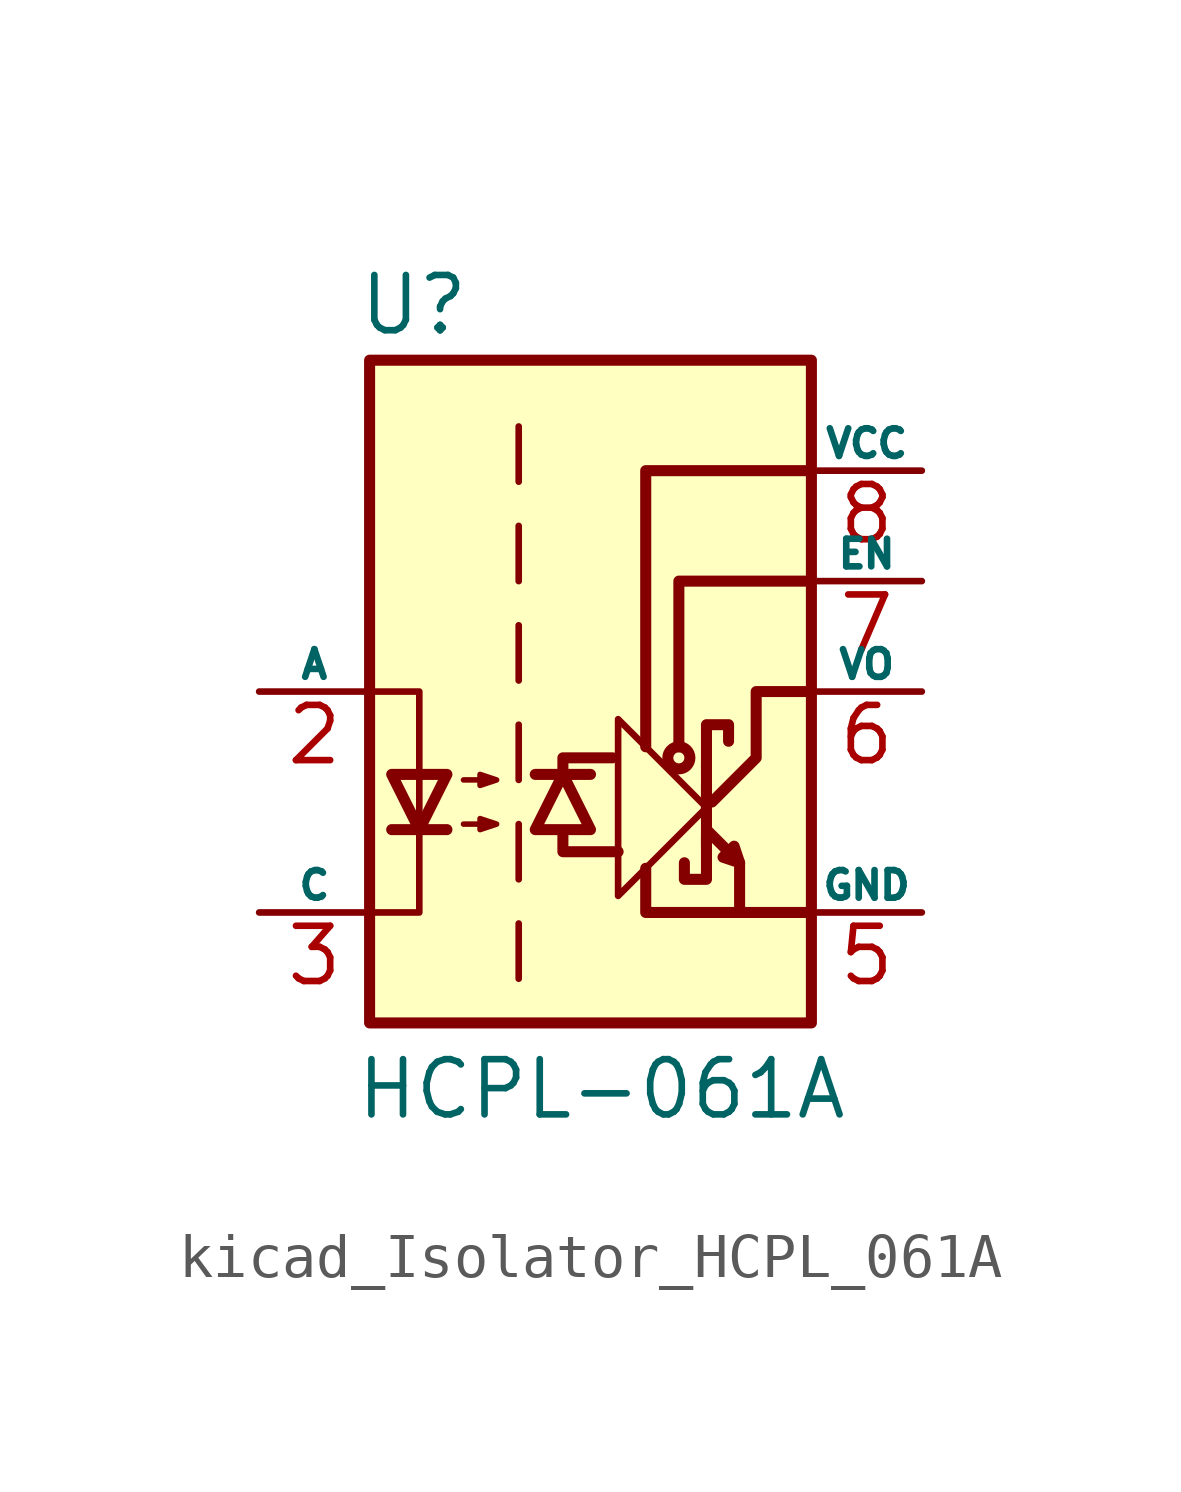
<source format=kicad_sym>
(kicad_symbol_lib
  (version 20220914)
  (generator kicad_symbol_editor)
  (symbol "kicad_Isolator_HCPL_061A"
    (pin_names
      (offset 0))
    (property "Reference" "U"
      (at -4.064 8.89 0)
      (effects (font (size 1.27 1.27))))
    (property "Value" "HCPL-061A"
      (at 0.254 -9.144 0)
      (effects (font (size 1.27 1.27))))
    (symbol "kicad_Isolator_HCPL_061A_0_1"
      (polyline (pts (xy 2.667 -3.556) (xy 2.667 -1.651)) (stroke (width 0.254) (type default)) (fill (type none)))
      (polyline (pts (xy 2.667 -2.159) (xy 2.667 -2.921)) (stroke (width 0.254) (type default)) (fill (type none)))
      (polyline (pts (xy 3.429 -3.937) (xy 3.429 -5.08)) (stroke (width 0.254) (type default)) (fill (type none)))
      (polyline (pts (xy -0.635 -3.302) (xy -0.635 -3.683) (xy 0.635 -3.683)) (stroke (width 0.254) (type default)) (fill (type none)))
      (polyline (pts (xy -0.635 -1.905) (xy -0.635 -1.524) (xy 0.508 -1.524)) (stroke (width 0.254) (type default)) (fill (type none)))
      (polyline (pts (xy 1.27 -4.064) (xy 1.27 -5.08) (xy 5.08 -5.08)) (stroke (width 0.254) (type default)) (fill (type none)))
      (polyline (pts (xy 1.27 -1.27) (xy 1.27 5.08) (xy 5.08 5.08)) (stroke (width 0.254) (type default)) (fill (type none)))
      (polyline (pts (xy 2.032 -1.27) (xy 2.032 2.54) (xy 5.08 2.54)) (stroke (width 0.254) (type default)) (fill (type none)))
      (polyline (pts (xy -5.08 -5.08) (xy -3.937 -5.08) (xy -3.937 0) (xy -5.08 0)) (stroke (width 0) (type default)) (fill (type none)))
      (polyline (pts (xy 2.667 -3.302) (xy 2.667 -4.318) (xy 2.159 -4.318) (xy 2.159 -3.937)) (stroke (width 0.254) (type default)) (fill (type none)))
      (polyline (pts (xy 2.667 -2.667) (xy 0.635 -4.699) (xy 0.635 -0.635) (xy 2.667 -2.667)) (stroke (width 0) (type default)) (fill (type none)))
      (polyline (pts (xy 2.667 -1.778) (xy 2.667 -0.762) (xy 3.175 -0.762) (xy 3.175 -1.143)) (stroke (width 0.254) (type default)) (fill (type none)))
      (polyline (pts (xy 2.794 -2.54) (xy 3.81 -1.524) (xy 3.81 0) (xy 5.08 0)) (stroke (width 0.254) (type default)) (fill (type none)))
      (polyline (pts (xy 2.667 -3.175) (xy 3.429 -3.937) (xy 3.302 -3.556) (xy 3.048 -3.81) (xy 3.429 -3.937)) (stroke (width 0.254) (type default)) (fill (type none)))
      (circle (center 2.032 -1.524) (radius 0.254) (stroke (width 0.254) (type default)) (fill (type none))))
    (symbol "kicad_Isolator_HCPL_061A_1_1"
      (rectangle (start -5.08 7.62) (end 5.08 -7.62) (stroke (width 0.254) (type default)) (fill (type background)))
      (polyline (pts (xy -4.572 -3.175) (xy -3.302 -3.175)) (stroke (width 0.254) (type default)) (fill (type none)))
      (polyline (pts (xy -1.651 -5.334) (xy -1.651 -6.604)) (stroke (width 0) (type default)) (fill (type none)))
      (polyline (pts (xy -1.651 -3.048) (xy -1.651 -4.318)) (stroke (width 0) (type default)) (fill (type none)))
      (polyline (pts (xy -1.651 -0.762) (xy -1.651 -2.032)) (stroke (width 0) (type default)) (fill (type none)))
      (polyline (pts (xy -1.651 1.524) (xy -1.651 0.254)) (stroke (width 0) (type default)) (fill (type none)))
      (polyline (pts (xy -1.651 3.81) (xy -1.651 2.54)) (stroke (width 0) (type default)) (fill (type none)))
      (polyline (pts (xy -1.651 6.096) (xy -1.651 4.826)) (stroke (width 0) (type default)) (fill (type none)))
      (polyline (pts (xy -1.27 -1.905) (xy 0 -1.905)) (stroke (width 0.254) (type default)) (fill (type none)))
      (polyline (pts (xy -3.937 -3.175) (xy -4.572 -1.905) (xy -3.302 -1.905) (xy -3.937 -3.175)) (stroke (width 0.254) (type default)) (fill (type none)))
      (polyline (pts (xy -0.635 -1.905) (xy -1.27 -3.175) (xy 0 -3.175) (xy -0.635 -1.905)) (stroke (width 0.254) (type default)) (fill (type none)))
      (polyline (pts (xy -2.921 -3.048) (xy -2.159 -3.048) (xy -2.54 -3.175) (xy -2.54 -2.921) (xy -2.159 -3.048)) (stroke (width 0.127) (type default)) (fill (type none)))
      (polyline (pts (xy -2.921 -2.032) (xy -2.159 -2.032) (xy -2.54 -2.159) (xy -2.54 -1.905) (xy -2.159 -2.032)) (stroke (width 0.127) (type default)) (fill (type none)))
      (pin no_connect line (at -5.08 5.08 0) (length 2.54) hide (name "NC" (effects (font (size 0.635 0.635)))) (number "1" (effects (font (size 1.27 1.27)))))
      (pin passive line (at -7.62 0 0) (length 2.54) (name "A" (effects (font (size 0.635 0.635)))) (number "2" (effects (font (size 1.27 1.27)))))
      (pin passive line (at -7.62 -5.08 0) (length 2.54) (name "C" (effects (font (size 0.635 0.635)))) (number "3" (effects (font (size 1.27 1.27)))))
      (pin power_in line (at 7.62 -5.08 180) (length 2.54) (name "GND" (effects (font (size 0.635 0.635)))) (number "5" (effects (font (size 1.27 1.27)))))
      (pin open_collector line (at 7.62 0 180) (length 2.54) (name "VO" (effects (font (size 0.635 0.635)))) (number "6" (effects (font (size 1.27 1.27)))))
      (pin input line (at 7.62 2.54 180) (length 2.54) (name "EN" (effects (font (size 0.635 0.635)))) (number "7" (effects (font (size 1.27 1.27)))))
      (pin power_in line (at 7.62 5.08 180) (length 2.54) (name "VCC" (effects (font (size 0.635 0.635)))) (number "8" (effects (font (size 1.27 1.27))))))))
</source>
